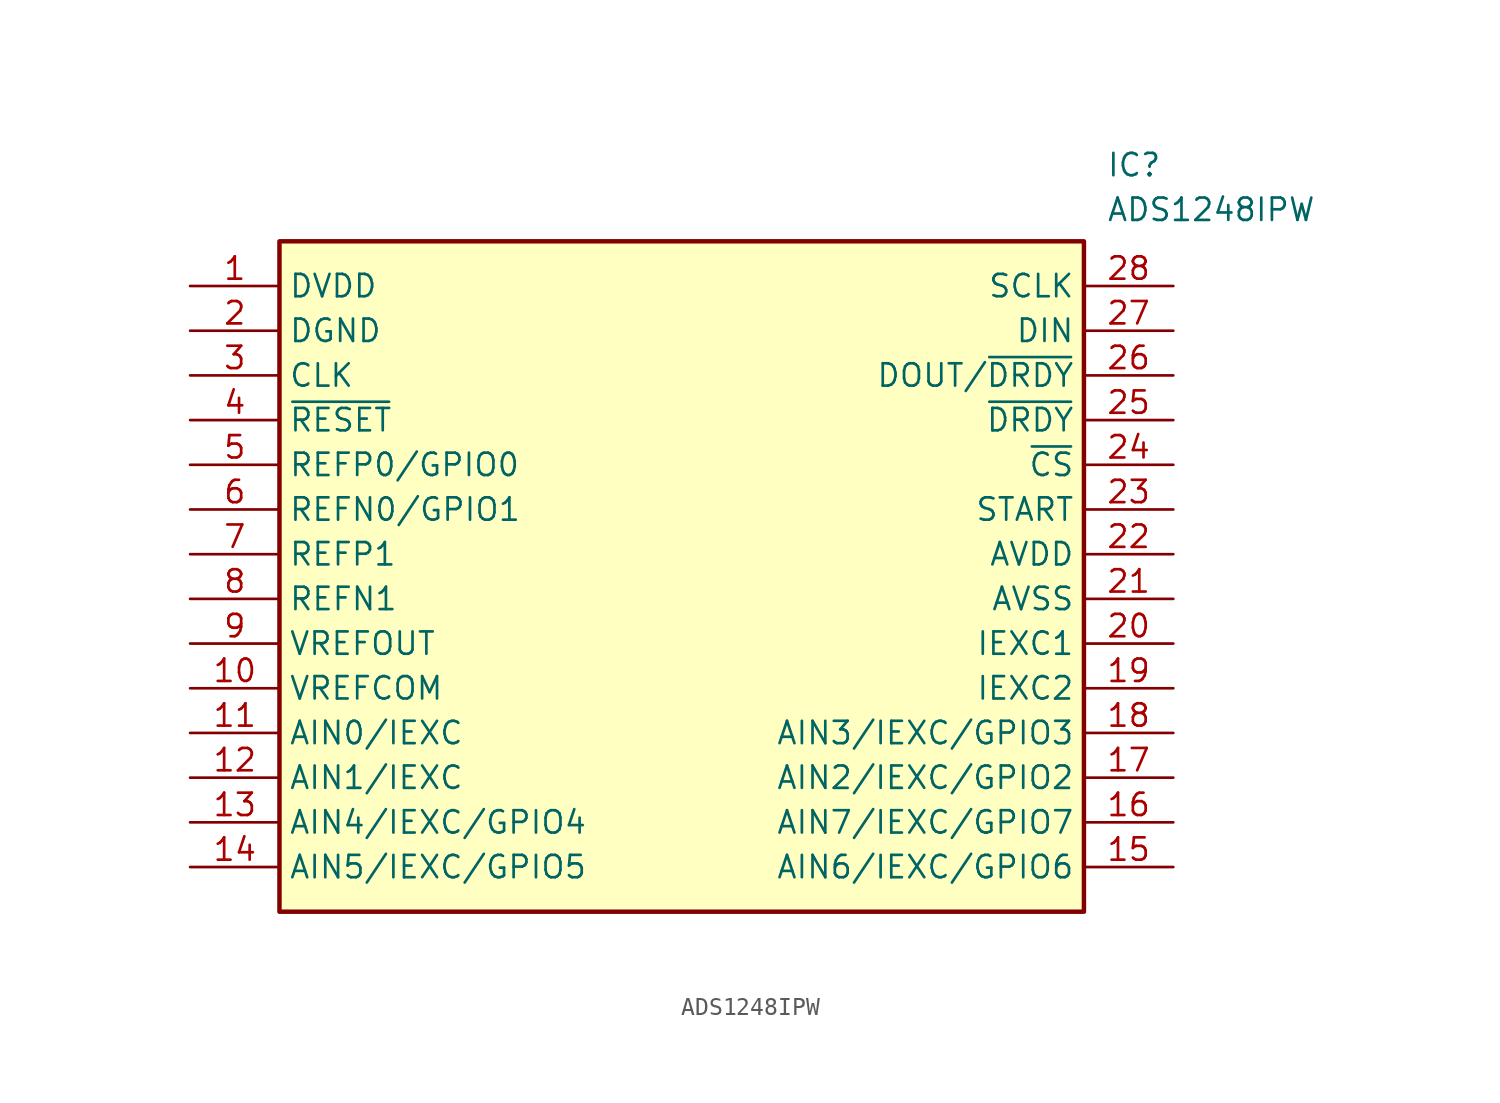
<source format=kicad_sym>
(kicad_symbol_lib
  (version 20211014)
  (generator SamacSys_ECAD_Model)
  (symbol "ADS1248IPW"
    (property "Reference" "IC"
      (at 52.07 7.62 0)
      (effects (font (size 1.27 1.27)) (justify left top)))
    (property "Value" "ADS1248IPW"
      (at 52.07 5.08 0)
      (effects (font (size 1.27 1.27)) (justify left top)))
    (rectangle
      (start 5.08 2.54)
      (end 50.8 -35.56)
      (stroke (width 0.254) (type default))
      (fill (type background)))
    (pin passive line
      (at 0 0 0)
      (length 5.08)
      (name "DVDD" (effects (font (size 1.27 1.27))))
      (number "1" (effects (font (size 1.27 1.27)))))
    (pin passive line
      (at 0 -2.54 0)
      (length 5.08)
      (name "DGND" (effects (font (size 1.27 1.27))))
      (number "2" (effects (font (size 1.27 1.27)))))
    (pin passive line
      (at 0 -5.08 0)
      (length 5.08)
      (name "CLK" (effects (font (size 1.27 1.27))))
      (number "3" (effects (font (size 1.27 1.27)))))
    (pin passive line
      (at 0 -7.62 0)
      (length 5.08)
      (name "~{RESET}" (effects (font (size 1.27 1.27))))
      (number "4" (effects (font (size 1.27 1.27)))))
    (pin passive line
      (at 0 -10.16 0)
      (length 5.08)
      (name "REFP0/GPIO0" (effects (font (size 1.27 1.27))))
      (number "5" (effects (font (size 1.27 1.27)))))
    (pin passive line
      (at 0 -12.7 0)
      (length 5.08)
      (name "REFN0/GPIO1" (effects (font (size 1.27 1.27))))
      (number "6" (effects (font (size 1.27 1.27)))))
    (pin passive line
      (at 0 -15.24 0)
      (length 5.08)
      (name "REFP1" (effects (font (size 1.27 1.27))))
      (number "7" (effects (font (size 1.27 1.27)))))
    (pin passive line
      (at 0 -17.78 0)
      (length 5.08)
      (name "REFN1" (effects (font (size 1.27 1.27))))
      (number "8" (effects (font (size 1.27 1.27)))))
    (pin passive line
      (at 0 -20.32 0)
      (length 5.08)
      (name "VREFOUT" (effects (font (size 1.27 1.27))))
      (number "9" (effects (font (size 1.27 1.27)))))
    (pin passive line
      (at 0 -22.86 0)
      (length 5.08)
      (name "VREFCOM" (effects (font (size 1.27 1.27))))
      (number "10" (effects (font (size 1.27 1.27)))))
    (pin passive line
      (at 0 -25.4 0)
      (length 5.08)
      (name "AIN0/IEXC" (effects (font (size 1.27 1.27))))
      (number "11" (effects (font (size 1.27 1.27)))))
    (pin passive line
      (at 0 -27.94 0)
      (length 5.08)
      (name "AIN1/IEXC" (effects (font (size 1.27 1.27))))
      (number "12" (effects (font (size 1.27 1.27)))))
    (pin passive line
      (at 0 -30.48 0)
      (length 5.08)
      (name "AIN4/IEXC/GPIO4" (effects (font (size 1.27 1.27))))
      (number "13" (effects (font (size 1.27 1.27)))))
    (pin passive line
      (at 0 -33.02 0)
      (length 5.08)
      (name "AIN5/IEXC/GPIO5" (effects (font (size 1.27 1.27))))
      (number "14" (effects (font (size 1.27 1.27)))))
    (pin passive line
      (at 55.88 0 180)
      (length 5.08)
      (name "SCLK" (effects (font (size 1.27 1.27))))
      (number "28" (effects (font (size 1.27 1.27)))))
    (pin passive line
      (at 55.88 -2.54 180)
      (length 5.08)
      (name "DIN" (effects (font (size 1.27 1.27))))
      (number "27" (effects (font (size 1.27 1.27)))))
    (pin passive line
      (at 55.88 -5.08 180)
      (length 5.08)
      (name "DOUT/~{DRDY}" (effects (font (size 1.27 1.27))))
      (number "26" (effects (font (size 1.27 1.27)))))
    (pin passive line
      (at 55.88 -7.62 180)
      (length 5.08)
      (name "~{DRDY}" (effects (font (size 1.27 1.27))))
      (number "25" (effects (font (size 1.27 1.27)))))
    (pin passive line
      (at 55.88 -10.16 180)
      (length 5.08)
      (name "~{CS}" (effects (font (size 1.27 1.27))))
      (number "24" (effects (font (size 1.27 1.27)))))
    (pin passive line
      (at 55.88 -12.7 180)
      (length 5.08)
      (name "START" (effects (font (size 1.27 1.27))))
      (number "23" (effects (font (size 1.27 1.27)))))
    (pin passive line
      (at 55.88 -15.24 180)
      (length 5.08)
      (name "AVDD" (effects (font (size 1.27 1.27))))
      (number "22" (effects (font (size 1.27 1.27)))))
    (pin passive line
      (at 55.88 -17.78 180)
      (length 5.08)
      (name "AVSS" (effects (font (size 1.27 1.27))))
      (number "21" (effects (font (size 1.27 1.27)))))
    (pin passive line
      (at 55.88 -20.32 180)
      (length 5.08)
      (name "IEXC1" (effects (font (size 1.27 1.27))))
      (number "20" (effects (font (size 1.27 1.27)))))
    (pin passive line
      (at 55.88 -22.86 180)
      (length 5.08)
      (name "IEXC2" (effects (font (size 1.27 1.27))))
      (number "19" (effects (font (size 1.27 1.27)))))
    (pin passive line
      (at 55.88 -25.4 180)
      (length 5.08)
      (name "AIN3/IEXC/GPIO3" (effects (font (size 1.27 1.27))))
      (number "18" (effects (font (size 1.27 1.27)))))
    (pin passive line
      (at 55.88 -27.94 180)
      (length 5.08)
      (name "AIN2/IEXC/GPIO2" (effects (font (size 1.27 1.27))))
      (number "17" (effects (font (size 1.27 1.27)))))
    (pin passive line
      (at 55.88 -30.48 180)
      (length 5.08)
      (name "AIN7/IEXC/GPIO7" (effects (font (size 1.27 1.27))))
      (number "16" (effects (font (size 1.27 1.27)))))
    (pin passive line
      (at 55.88 -33.02 180)
      (length 5.08)
      (name "AIN6/IEXC/GPIO6" (effects (font (size 1.27 1.27))))
      (number "15" (effects (font (size 1.27 1.27)))))))
</source>
